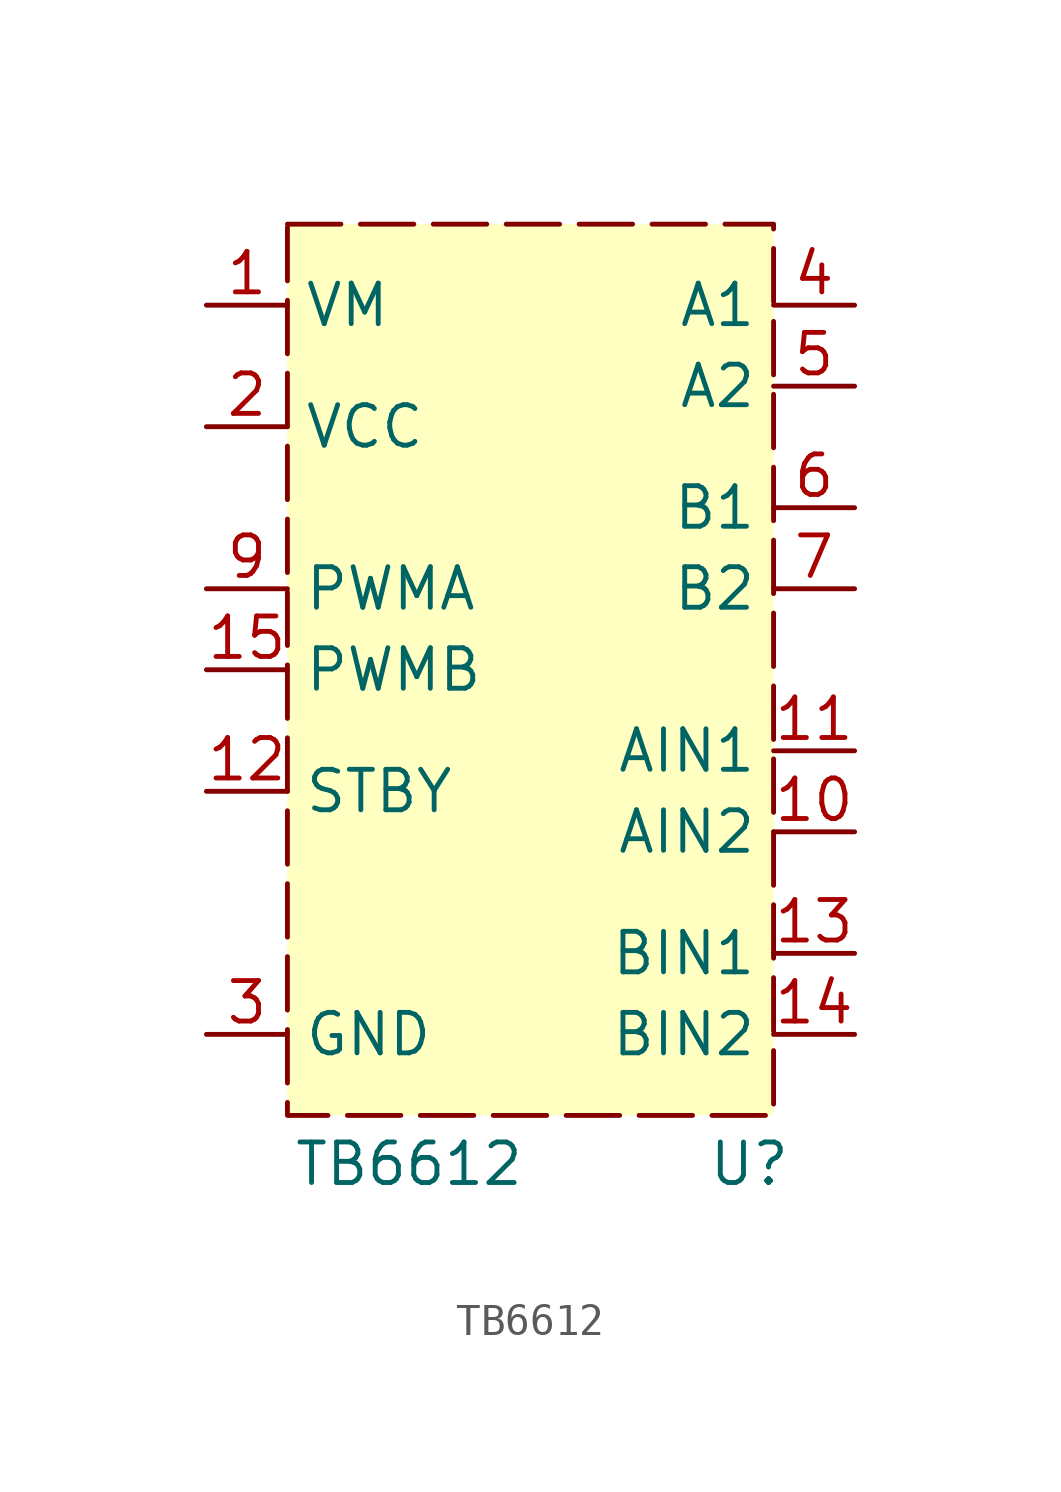
<source format=kicad_sym>
(kicad_symbol_lib
  (version 20241209)
  (generator "kicad_symbol_editor")
  (generator_version "9.0")
  (symbol "TB6612"
    (property "Reference" "U"
      (at 6.858 -15.494 0)
      (effects (font (size 1.27 1.27))))
    (property "Value" "TB6612"
      (at -3.81 -15.494 0)
      (effects (font (size 1.27 1.27))))
    (symbol "TB6612_1_1"
      (rectangle (start -7.62 13.97) (end 7.62 -13.97) (stroke (width 0) (type dash)) (fill (type background)))
      (pin input line (at -10.16 11.43 0) (length 2.54) (name "VM" (effects (font (size 1.27 1.27)))) (number "1" (effects (font (size 1.27 1.27)))))
      (pin input line (at -10.16 7.62 0) (length 2.54) (name "VCC" (effects (font (size 1.27 1.27)))) (number "2" (effects (font (size 1.27 1.27)))))
      (pin input line (at -10.16 2.54 0) (length 2.54) (name "PWMA" (effects (font (size 1.27 1.27)))) (number "9" (effects (font (size 1.27 1.27)))))
      (pin input line (at -10.16 0 0) (length 2.54) (name "PWMB" (effects (font (size 1.27 1.27)))) (number "15" (effects (font (size 1.27 1.27)))))
      (pin input line (at -10.16 -3.81 0) (length 2.54) (name "STBY" (effects (font (size 1.27 1.27)))) (number "12" (effects (font (size 1.27 1.27)))))
      (pin input line (at -10.16 -11.43 0) (length 2.54) (name "GND" (effects (font (size 1.27 1.27)))) (number "3" (effects (font (size 1.27 1.27)))))
      (pin output line (at 10.16 11.43 180) (length 2.54) (name "A1" (effects (font (size 1.27 1.27)))) (number "4" (effects (font (size 1.27 1.27)))))
      (pin output line (at 10.16 8.89 180) (length 2.54) (name "A2" (effects (font (size 1.27 1.27)))) (number "5" (effects (font (size 1.27 1.27)))))
      (pin output line (at 10.16 5.08 180) (length 2.54) (name "B1" (effects (font (size 1.27 1.27)))) (number "6" (effects (font (size 1.27 1.27)))))
      (pin output line (at 10.16 2.54 180) (length 2.54) (name "B2" (effects (font (size 1.27 1.27)))) (number "7" (effects (font (size 1.27 1.27)))))
      (pin input line (at 10.16 -2.54 180) (length 2.54) (name "AIN1" (effects (font (size 1.27 1.27)))) (number "11" (effects (font (size 1.27 1.27)))))
      (pin input line (at 10.16 -5.08 180) (length 2.54) (name "AIN2" (effects (font (size 1.27 1.27)))) (number "10" (effects (font (size 1.27 1.27)))))
      (pin input line (at 10.16 -8.89 180) (length 2.54) (name "BIN1" (effects (font (size 1.27 1.27)))) (number "13" (effects (font (size 1.27 1.27)))))
      (pin input line (at 10.16 -11.43 180) (length 2.54) (name "BIN2" (effects (font (size 1.27 1.27)))) (number "14" (effects (font (size 1.27 1.27))))))))
</source>
